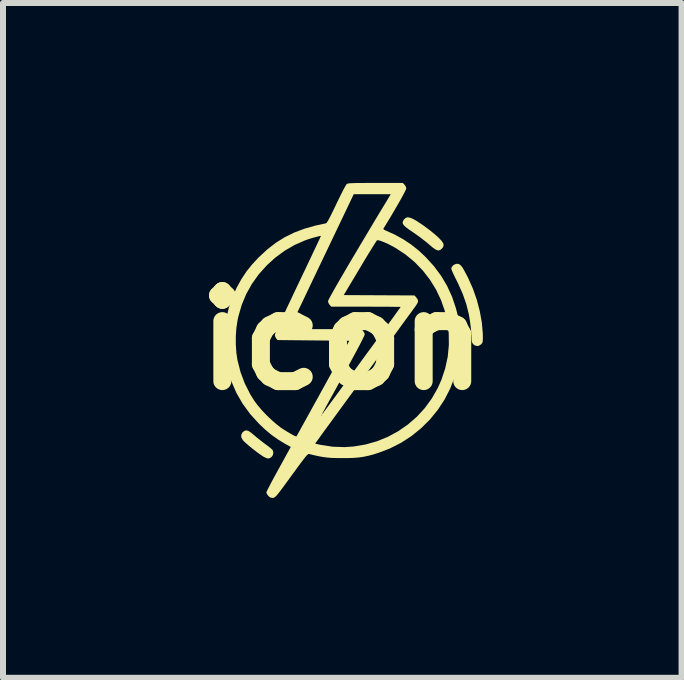
<source format=kicad_pcb>
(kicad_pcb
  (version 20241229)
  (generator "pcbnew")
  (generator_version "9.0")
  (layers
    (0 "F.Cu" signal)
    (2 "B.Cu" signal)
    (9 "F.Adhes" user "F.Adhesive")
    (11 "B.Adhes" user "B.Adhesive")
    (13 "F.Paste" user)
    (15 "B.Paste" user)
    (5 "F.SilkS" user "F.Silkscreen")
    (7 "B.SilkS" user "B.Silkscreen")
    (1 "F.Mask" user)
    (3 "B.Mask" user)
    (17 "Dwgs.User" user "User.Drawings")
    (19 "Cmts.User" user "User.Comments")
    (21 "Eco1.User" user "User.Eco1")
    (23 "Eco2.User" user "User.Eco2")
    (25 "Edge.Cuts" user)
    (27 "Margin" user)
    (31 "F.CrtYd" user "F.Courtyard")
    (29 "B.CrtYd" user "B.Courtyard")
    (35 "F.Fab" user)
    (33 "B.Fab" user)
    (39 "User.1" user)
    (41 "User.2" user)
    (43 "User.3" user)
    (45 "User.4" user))
  (footprint "icon"
    (layer "F.Cu")
    (at 2.657 2.626)
    (property "Reference" "icon" (at 0 0 0) (layer "F.SilkS") (effects (font (size 1.5 1.5) (thickness 0.3))))
    (attr board_only exclude_from_pos_files exclude_from_bom)
    (fp_poly (pts (xy -1.567 1.508) (xy -1.526 1.534) (xy -1.474 1.577) (xy -1.426 1.618) (xy -1.368 1.664) (xy -1.309 1.71) (xy -1.28 1.731) (xy -1.235 1.764) (xy -1.198 1.794) (xy -1.171 1.817) (xy -1.16 1.829) (xy -1.149 1.873) (xy -1.159 1.915) (xy -1.177 1.94) (xy -1.205 1.961) (xy -1.234 1.969) (xy -1.269 1.961) (xy -1.313 1.939) (xy -1.37 1.901) (xy -1.436 1.853) (xy -1.501 1.802) (xy -1.561 1.753) (xy -1.611 1.709) (xy -1.648 1.674) (xy -1.659 1.661) (xy -1.683 1.618) (xy -1.685 1.575) (xy -1.665 1.536) (xy -1.659 1.529) (xy -1.63 1.507) (xy -1.601 1.5)) (stroke (width 0) (type solid)) (fill yes) (layer "F.SilkS"))
    (fp_poly (pts (xy 1.134 -2.045) (xy 1.187 -2.022) (xy 1.245 -1.989) (xy 1.355 -1.915) (xy 1.464 -1.834) (xy 1.562 -1.753) (xy 1.611 -1.708) (xy 1.657 -1.659) (xy 1.683 -1.619) (xy 1.69 -1.585) (xy 1.679 -1.553) (xy 1.659 -1.529) (xy 1.634 -1.509) (xy 1.609 -1.5) (xy 1.581 -1.504) (xy 1.546 -1.522) (xy 1.501 -1.554) (xy 1.446 -1.601) (xy 1.391 -1.647) (xy 1.324 -1.699) (xy 1.253 -1.752) (xy 1.187 -1.798) (xy 1.181 -1.802) (xy 1.112 -1.849) (xy 1.061 -1.887) (xy 1.028 -1.918) (xy 1.01 -1.945) (xy 1.006 -1.97) (xy 1.015 -1.995) (xy 1.032 -2.02) (xy 1.059 -2.044) (xy 1.092 -2.053)) (stroke (width 0) (type solid)) (fill yes) (layer "F.SilkS"))
    (fp_poly (pts (xy 1.938 -1.275) (xy 1.959 -1.265) (xy 1.981 -1.245) (xy 2.005 -1.214) (xy 2.032 -1.168) (xy 2.066 -1.104) (xy 2.097 -1.044) (xy 2.177 -0.865) (xy 2.243 -0.677) (xy 2.293 -0.486) (xy 2.327 -0.297) (xy 2.343 -0.114) (xy 2.344 -0.055) (xy 2.343 -0.007) (xy 2.34 0.024) (xy 2.332 0.044) (xy 2.319 0.062) (xy 2.315 0.065) (xy 2.278 0.089) (xy 2.25 0.094) (xy 2.209 0.083) (xy 2.185 0.065) (xy 2.167 0.04) (xy 2.158 0.009) (xy 2.157 -0.022) (xy 2.154 -0.086) (xy 2.148 -0.166) (xy 2.138 -0.253) (xy 2.126 -0.342) (xy 2.112 -0.423) (xy 2.109 -0.44) (xy 2.067 -0.608) (xy 2.008 -0.776) (xy 1.93 -0.951) (xy 1.908 -0.995) (xy 1.878 -1.055) (xy 1.852 -1.11) (xy 1.832 -1.155) (xy 1.82 -1.186) (xy 1.817 -1.197) (xy 1.827 -1.228) (xy 1.854 -1.256) (xy 1.89 -1.274) (xy 1.915 -1.278)) (stroke (width 0) (type solid)) (fill yes) (layer "F.SilkS"))
    (fp_poly (pts (xy 1.038 -2.597) (xy 1.061 -2.562) (xy 1.067 -2.534) (xy 1.061 -2.515) (xy 1.043 -2.479) (xy 1.016 -2.427) (xy 0.981 -2.362) (xy 0.937 -2.285) (xy 0.887 -2.199) (xy 0.833 -2.106) (xy 0.774 -2.008) (xy 0.713 -1.908) (xy 0.685 -1.863) (xy 0.69 -1.851) (xy 0.71 -1.839) (xy 0.711 -1.838) (xy 0.872 -1.766) (xy 1.014 -1.688) (xy 1.144 -1.602) (xy 1.268 -1.504) (xy 1.39 -1.39) (xy 1.529 -1.237) (xy 1.648 -1.077) (xy 1.748 -0.908) (xy 1.831 -0.727) (xy 1.896 -0.532) (xy 1.936 -0.374) (xy 1.945 -0.328) (xy 1.952 -0.286) (xy 1.957 -0.241) (xy 1.96 -0.19) (xy 1.961 -0.128) (xy 1.962 -0.049) (xy 1.962 0) (xy 1.961 0.112) (xy 1.957 0.206) (xy 1.95 0.289) (xy 1.938 0.367) (xy 1.921 0.446) (xy 1.897 0.531) (xy 1.874 0.608) (xy 1.8 0.801) (xy 1.706 0.985) (xy 1.592 1.158) (xy 1.462 1.318) (xy 1.315 1.464) (xy 1.154 1.594) (xy 0.98 1.707) (xy 0.795 1.801) (xy 0.621 1.868) (xy 0.523 1.9) (xy 0.436 1.923) (xy 0.355 1.94) (xy 0.272 1.952) (xy 0.183 1.959) (xy 0.08 1.962) (xy 0.006 1.962) (xy -0.093 1.961) (xy -0.177 1.959) (xy -0.25 1.953) (xy -0.322 1.944) (xy -0.397 1.93) (xy -0.483 1.911) (xy -0.557 1.893) (xy -0.565 1.894) (xy -0.577 1.903) (xy -0.594 1.919) (xy -0.617 1.946) (xy -0.648 1.986) (xy -0.689 2.039) (xy -0.739 2.107) (xy -0.801 2.193) (xy -0.815 2.211) (xy -0.887 2.31) (xy -0.947 2.392) (xy -0.996 2.459) (xy -1.035 2.511) (xy -1.066 2.551) (xy -1.091 2.581) (xy -1.11 2.601) (xy -1.126 2.614) (xy -1.139 2.622) (xy -1.15 2.625) (xy -1.163 2.626) (xy -1.166 2.626) (xy -1.201 2.619) (xy -1.23 2.596) (xy -1.236 2.59) (xy -1.255 2.562) (xy -1.265 2.538) (xy -1.266 2.534) (xy -1.26 2.519) (xy -1.245 2.487) (xy -1.22 2.439) (xy -1.188 2.377) (xy -1.15 2.306) (xy -1.106 2.225) (xy -1.062 2.145) (xy -0.859 1.776) (xy -0.958 1.721) (xy -0.96 1.72) (xy -0.452 1.72) (xy -0.44 1.723) (xy -0.412 1.73) (xy -0.371 1.739) (xy -0.363 1.741) (xy -0.163 1.772) (xy 0.037 1.779) (xy 0.185 1.769) (xy 0.385 1.736) (xy 0.577 1.682) (xy 0.761 1.607) (xy 0.934 1.513) (xy 1.095 1.401) (xy 1.243 1.273) (xy 1.376 1.128) (xy 1.492 0.969) (xy 1.591 0.796) (xy 1.652 0.659) (xy 1.716 0.467) (xy 1.758 0.273) (xy 1.777 0.078) (xy 1.775 -0.115) (xy 1.752 -0.306) (xy 1.709 -0.493) (xy 1.646 -0.673) (xy 1.564 -0.846) (xy 1.463 -1.01) (xy 1.344 -1.164) (xy 1.208 -1.305) (xy 1.055 -1.432) (xy 0.886 -1.543) (xy 0.873 -1.55) (xy 0.807 -1.586) (xy 0.743 -1.618) (xy 0.684 -1.643) (xy 0.635 -1.661) (xy 0.599 -1.671) (xy 0.579 -1.669) (xy 0.57 -1.657) (xy 0.55 -1.627) (xy 0.521 -1.581) (xy 0.484 -1.521) (xy 0.439 -1.449) (xy 0.39 -1.368) (xy 0.336 -1.278) (xy 0.294 -1.207) (xy 0.024 -0.756) (xy 0.615 -0.753) (xy 1.205 -0.75) (xy 1.236 -0.714) (xy 1.257 -0.683) (xy 1.264 -0.655) (xy 1.255 -0.624) (xy 1.231 -0.585) (xy 1.22 -0.569) (xy 1.195 -0.535) (xy 1.159 -0.485) (xy 1.111 -0.42) (xy 1.053 -0.341) (xy 0.986 -0.249) (xy 0.911 -0.145) (xy 0.827 -0.031) (xy 0.738 0.092) (xy 0.642 0.222) (xy 0.541 0.36) (xy 0.437 0.502) (xy 0.371 0.592) (xy 0.266 0.736) (xy 0.164 0.875) (xy 0.067 1.007) (xy -0.024 1.132) (xy -0.109 1.248) (xy -0.186 1.354) (xy -0.256 1.449) (xy -0.316 1.531) (xy -0.366 1.601) (xy -0.405 1.655) (xy -0.433 1.694) (xy -0.449 1.715) (xy -0.452 1.72) (xy -0.96 1.72) (xy -1.073 1.651) (xy -1.179 1.576) (xy -1.282 1.49) (xy -1.389 1.389) (xy -1.536 1.227) (xy -1.661 1.056) (xy -1.765 0.876) (xy -1.847 0.687) (xy -1.908 0.488) (xy -1.948 0.28) (xy -1.966 0.076) (xy -1.964 -0.069) (xy -1.775 -0.069) (xy -1.775 0.071) (xy -1.766 0.206) (xy -1.748 0.326) (xy -1.697 0.527) (xy -1.626 0.717) (xy -1.534 0.899) (xy -1.462 1.013) (xy -1.407 1.086) (xy -1.339 1.166) (xy -1.261 1.248) (xy -1.179 1.326) (xy -1.098 1.397) (xy -1.025 1.454) (xy -1.014 1.461) (xy -0.96 1.496) (xy -0.907 1.529) (xy -0.857 1.558) (xy -0.814 1.582) (xy -0.782 1.597) (xy -0.766 1.601) (xy -0.765 1.601) (xy -0.758 1.59) (xy -0.742 1.56) (xy -0.715 1.513) (xy -0.681 1.45) (xy -0.638 1.373) (xy -0.588 1.283) (xy -0.569 1.248) (xy -0.352 1.248) (xy -0.346 1.254) (xy -0.34 1.248) (xy -0.346 1.242) (xy -0.352 1.248) (xy -0.569 1.248) (xy -0.532 1.182) (xy -0.472 1.072) (xy -0.406 0.954) (xy -0.338 0.829) (xy -0.322 0.801) (xy 0.116 0.006) (xy -0.482 0) (xy -1.08 -0.006) (xy -1.103 -0.034) (xy -1.119 -0.064) (xy -1.125 -0.092) (xy -1.12 -0.107) (xy -1.106 -0.142) (xy -1.083 -0.195) (xy -1.081 -0.198) (xy -0.877 -0.198) (xy -0.867 -0.196) (xy -0.834 -0.194) (xy -0.782 -0.192) (xy -0.711 -0.19) (xy -0.624 -0.189) (xy -0.522 -0.188) (xy -0.407 -0.188) (xy -0.282 -0.188) (xy 0.318 -0.188) (xy 0.346 -0.159) (xy 0.366 -0.13) (xy 0.375 -0.101) (xy 0.375 -0.1) (xy 0.369 -0.084) (xy 0.353 -0.049) (xy 0.327 0.003) (xy 0.292 0.072) (xy 0.248 0.155) (xy 0.197 0.25) (xy 0.139 0.357) (xy 0.075 0.474) (xy 0.022 0.572) (xy -0.052 0.706) (xy -0.115 0.821) (xy -0.169 0.919) (xy -0.214 1) (xy -0.25 1.066) (xy -0.279 1.119) (xy -0.301 1.16) (xy -0.318 1.19) (xy -0.329 1.211) (xy -0.336 1.225) (xy -0.34 1.232) (xy -0.34 1.234) (xy -0.339 1.233) (xy -0.336 1.23) (xy -0.333 1.227) (xy -0.331 1.225) (xy -0.322 1.214) (xy -0.301 1.185) (xy -0.268 1.141) (xy -0.224 1.081) (xy -0.17 1.007) (xy -0.107 0.922) (xy -0.036 0.825) (xy 0.042 0.719) (xy 0.126 0.605) (xy 0.215 0.484) (xy 0.308 0.357) (xy 0.327 0.33) (xy 0.42 0.203) (xy 0.51 0.081) (xy 0.594 -0.035) (xy 0.672 -0.142) (xy 0.743 -0.24) (xy 0.807 -0.327) (xy 0.862 -0.403) (xy 0.906 -0.465) (xy 0.94 -0.512) (xy 0.963 -0.543) (xy 0.973 -0.557) (xy 0.973 -0.558) (xy 0.962 -0.559) (xy 0.929 -0.56) (xy 0.877 -0.56) (xy 0.809 -0.561) (xy 0.726 -0.562) (xy 0.631 -0.562) (xy 0.526 -0.562) (xy 0.413 -0.563) (xy 0.395 -0.563) (xy -0.183 -0.563) (xy -0.211 -0.592) (xy -0.231 -0.624) (xy -0.238 -0.654) (xy -0.232 -0.671) (xy -0.214 -0.706) (xy -0.185 -0.76) (xy -0.145 -0.831) (xy -0.095 -0.92) (xy -0.034 -1.025) (xy 0.036 -1.145) (xy 0.115 -1.28) (xy 0.203 -1.428) (xy 0.299 -1.59) (xy 0.403 -1.764) (xy 0.514 -1.95) (xy 0.632 -2.147) (xy 0.729 -2.306) (xy 0.808 -2.438) (xy 0.5 -2.438) (xy 0.191 -2.438) (xy -0.341 -1.323) (xy -0.414 -1.171) (xy -0.483 -1.026) (xy -0.549 -0.887) (xy -0.611 -0.757) (xy -0.668 -0.637) (xy -0.72 -0.529) (xy -0.766 -0.433) (xy -0.804 -0.352) (xy -0.835 -0.286) (xy -0.858 -0.238) (xy -0.872 -0.208) (xy -0.877 -0.198) (xy -1.081 -0.198) (xy -1.052 -0.263) (xy -1.014 -0.346) (xy -0.97 -0.441) (xy -0.921 -0.548) (xy -0.866 -0.663) (xy -0.808 -0.787) (xy -0.747 -0.915) (xy -0.739 -0.932) (xy -0.678 -1.06) (xy -0.619 -1.183) (xy -0.565 -1.298) (xy -0.515 -1.403) (xy -0.471 -1.497) (xy -0.432 -1.578) (xy -0.401 -1.645) (xy -0.377 -1.695) (xy -0.362 -1.729) (xy -0.356 -1.743) (xy -0.356 -1.743) (xy -0.369 -1.742) (xy -0.398 -1.735) (xy -0.44 -1.724) (xy -0.489 -1.711) (xy -0.538 -1.696) (xy -0.585 -1.681) (xy -0.616 -1.67) (xy -0.796 -1.591) (xy -0.963 -1.494) (xy -1.12 -1.378) (xy -1.255 -1.255) (xy -1.392 -1.103) (xy -1.507 -0.942) (xy -1.602 -0.772) (xy -1.678 -0.589) (xy -1.734 -0.394) (xy -1.748 -0.326) (xy -1.766 -0.204) (xy -1.775 -0.069) (xy -1.964 -0.069) (xy -1.964 -0.137) (xy -1.939 -0.343) (xy -1.892 -0.545) (xy -1.823 -0.743) (xy -1.758 -0.885) (xy -1.683 -1.02) (xy -1.601 -1.145) (xy -1.506 -1.264) (xy -1.394 -1.385) (xy -1.389 -1.389) (xy -1.251 -1.517) (xy -1.108 -1.628) (xy -0.959 -1.721) (xy -0.8 -1.799) (xy -0.627 -1.864) (xy -0.439 -1.917) (xy -0.274 -1.952) (xy -0.265 -1.958) (xy -0.252 -1.974) (xy -0.235 -2.001) (xy -0.213 -2.042) (xy -0.184 -2.099) (xy -0.148 -2.173) (xy -0.103 -2.266) (xy -0.101 -2.271) (xy -0.062 -2.351) (xy -0.026 -2.425) (xy 0.007 -2.491) (xy 0.035 -2.544) (xy 0.057 -2.582) (xy 0.07 -2.603) (xy 0.072 -2.605) (xy 0.08 -2.61) (xy 0.091 -2.615) (xy 0.108 -2.618) (xy 0.133 -2.621) (xy 0.168 -2.622) (xy 0.215 -2.624) (xy 0.278 -2.625) (xy 0.357 -2.625) (xy 0.456 -2.626) (xy 0.553 -2.626) (xy 1.009 -2.626)) (stroke (width 0) (type solid)) (fill yes) (layer "F.SilkS")))
  (gr_rect
    (start -3 -3)
    (end 8.314 8.251)
    (stroke (width 0.1) (type default))
    (fill no)
    (layer "Edge.Cuts")))
</source>
